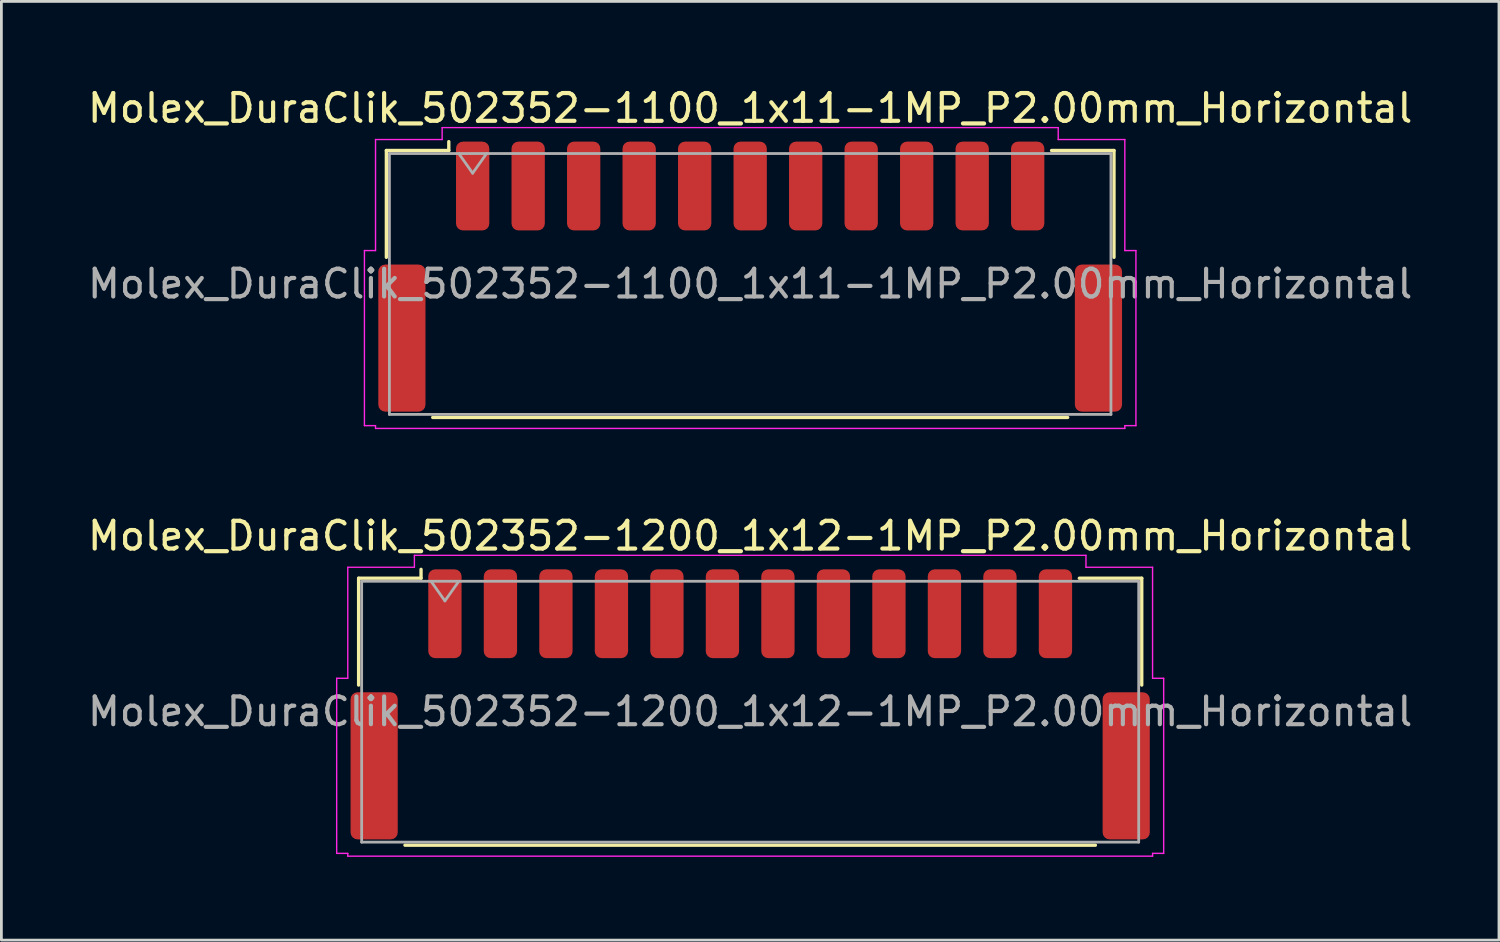
<source format=kicad_pcb>
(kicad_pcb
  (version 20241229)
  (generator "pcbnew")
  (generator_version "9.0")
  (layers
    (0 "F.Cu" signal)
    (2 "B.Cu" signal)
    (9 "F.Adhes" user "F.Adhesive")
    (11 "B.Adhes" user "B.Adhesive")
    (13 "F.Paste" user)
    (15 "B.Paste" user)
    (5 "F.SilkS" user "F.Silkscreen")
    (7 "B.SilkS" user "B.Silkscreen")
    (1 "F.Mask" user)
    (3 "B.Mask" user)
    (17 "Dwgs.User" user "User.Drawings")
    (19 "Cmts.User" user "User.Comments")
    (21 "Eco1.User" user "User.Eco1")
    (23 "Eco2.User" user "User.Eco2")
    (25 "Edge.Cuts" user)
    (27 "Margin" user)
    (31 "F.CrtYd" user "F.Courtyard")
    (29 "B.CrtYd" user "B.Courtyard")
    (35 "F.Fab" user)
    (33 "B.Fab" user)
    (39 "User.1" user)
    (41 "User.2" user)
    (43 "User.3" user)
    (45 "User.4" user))
  (footprint "Molex_DuraClik_502352-1100_1x11-1MP_P2.00mm_Horizontal"
    (layer "F.Cu")
    (at 23.982 6.918)
    (property "Reference" "Molex_DuraClik_502352-1100_1x11-1MP_P2.00mm_Horizontal" (at 0 -6.07 0) (layer "F.SilkS") (effects (font (size 1 1) (thickness 0.15))))
    (attr smd)
    (fp_line (start -13.11 -4.545) (end -10.86 -4.545) (stroke (width 0.12) (type solid)) (layer "F.SilkS"))
    (fp_line (start -13.11 -0.695) (end -13.11 -4.545) (stroke (width 0.12) (type solid)) (layer "F.SilkS"))
    (fp_line (start -11.44 5.075) (end 11.44 5.075) (stroke (width 0.12) (type solid)) (layer "F.SilkS"))
    (fp_line (start -10.86 -4.545) (end -10.86 -4.865) (stroke (width 0.12) (type solid)) (layer "F.SilkS"))
    (fp_line (start 13.11 -4.545) (end 10.86 -4.545) (stroke (width 0.12) (type solid)) (layer "F.SilkS"))
    (fp_line (start 13.11 -0.695) (end 13.11 -4.545) (stroke (width 0.12) (type solid)) (layer "F.SilkS"))
    (fp_line (start -13.9 -0.94) (end -13.5 -0.94) (stroke (width 0.05) (type solid)) (layer "F.CrtYd"))
    (fp_line (start -13.9 5.37) (end -13.9 -0.94) (stroke (width 0.05) (type solid)) (layer "F.CrtYd"))
    (fp_line (start -13.5 -4.94) (end -11.1 -4.94) (stroke (width 0.05) (type solid)) (layer "F.CrtYd"))
    (fp_line (start -13.5 -0.94) (end -13.5 -4.94) (stroke (width 0.05) (type solid)) (layer "F.CrtYd"))
    (fp_line (start -13.5 5.37) (end -13.9 5.37) (stroke (width 0.05) (type solid)) (layer "F.CrtYd"))
    (fp_line (start -13.5 5.47) (end -13.5 5.37) (stroke (width 0.05) (type solid)) (layer "F.CrtYd"))
    (fp_line (start -11.1 -5.37) (end 11.1 -5.37) (stroke (width 0.05) (type solid)) (layer "F.CrtYd"))
    (fp_line (start -11.1 -4.94) (end -11.1 -5.37) (stroke (width 0.05) (type solid)) (layer "F.CrtYd"))
    (fp_line (start 11.1 -5.37) (end 11.1 -4.94) (stroke (width 0.05) (type solid)) (layer "F.CrtYd"))
    (fp_line (start 11.1 -4.94) (end 13.5 -4.94) (stroke (width 0.05) (type solid)) (layer "F.CrtYd"))
    (fp_line (start 13.5 -4.94) (end 13.5 -0.94) (stroke (width 0.05) (type solid)) (layer "F.CrtYd"))
    (fp_line (start 13.5 -0.94) (end 13.9 -0.94) (stroke (width 0.05) (type solid)) (layer "F.CrtYd"))
    (fp_line (start 13.5 5.37) (end 13.5 5.47) (stroke (width 0.05) (type solid)) (layer "F.CrtYd"))
    (fp_line (start 13.5 5.47) (end -13.5 5.47) (stroke (width 0.05) (type solid)) (layer "F.CrtYd"))
    (fp_line (start 13.9 -0.94) (end 13.9 5.37) (stroke (width 0.05) (type solid)) (layer "F.CrtYd"))
    (fp_line (start 13.9 5.37) (end 13.5 5.37) (stroke (width 0.05) (type solid)) (layer "F.CrtYd"))
    (fp_line (start -13 -4.435) (end -13 4.965) (stroke (width 0.1) (type solid)) (layer "F.Fab"))
    (fp_line (start -13 -4.435) (end 13 -4.435) (stroke (width 0.1) (type solid)) (layer "F.Fab"))
    (fp_line (start -13 4.965) (end 13 4.965) (stroke (width 0.1) (type solid)) (layer "F.Fab"))
    (fp_line (start -10.5 -4.435) (end -10 -3.728) (stroke (width 0.1) (type solid)) (layer "F.Fab"))
    (fp_line (start -10 -3.728) (end -9.5 -4.435) (stroke (width 0.1) (type solid)) (layer "F.Fab"))
    (fp_line (start 13 -4.435) (end 13 4.965) (stroke (width 0.1) (type solid)) (layer "F.Fab"))
    (fp_text user "${REFERENCE}" (at 0 0.26 0) (layer "F.Fab") (effects (font (size 1 1) (thickness 0.15))))
    (pad "1" smd roundrect (at -10 -3.265) (size 1.2 3.2) (layers "F.Cu" "F.Mask" "F.Paste") (roundrect_rratio 0.208))
    (pad "2" smd roundrect (at -8 -3.265) (size 1.2 3.2) (layers "F.Cu" "F.Mask" "F.Paste") (roundrect_rratio 0.208))
    (pad "3" smd roundrect (at -6 -3.265) (size 1.2 3.2) (layers "F.Cu" "F.Mask" "F.Paste") (roundrect_rratio 0.208))
    (pad "4" smd roundrect (at -4 -3.265) (size 1.2 3.2) (layers "F.Cu" "F.Mask" "F.Paste") (roundrect_rratio 0.208))
    (pad "5" smd roundrect (at -2 -3.265) (size 1.2 3.2) (layers "F.Cu" "F.Mask" "F.Paste") (roundrect_rratio 0.208))
    (pad "6" smd roundrect (at 0 -3.265) (size 1.2 3.2) (layers "F.Cu" "F.Mask" "F.Paste") (roundrect_rratio 0.208))
    (pad "7" smd roundrect (at 2 -3.265) (size 1.2 3.2) (layers "F.Cu" "F.Mask" "F.Paste") (roundrect_rratio 0.208))
    (pad "8" smd roundrect (at 4 -3.265) (size 1.2 3.2) (layers "F.Cu" "F.Mask" "F.Paste") (roundrect_rratio 0.208))
    (pad "9" smd roundrect (at 6 -3.265) (size 1.2 3.2) (layers "F.Cu" "F.Mask" "F.Paste") (roundrect_rratio 0.208))
    (pad "10" smd roundrect (at 8 -3.265) (size 1.2 3.2) (layers "F.Cu" "F.Mask" "F.Paste") (roundrect_rratio 0.208))
    (pad "11" smd roundrect (at 10 -3.265) (size 1.2 3.2) (layers "F.Cu" "F.Mask" "F.Paste") (roundrect_rratio 0.208))
    (pad "MP" smd roundrect (at -12.55 2.215) (size 1.7 5.3) (layers "F.Cu" "F.Mask" "F.Paste") (roundrect_rratio 0.147))
    (pad "MP" smd roundrect (at 12.55 2.215) (size 1.7 5.3) (layers "F.Cu" "F.Mask" "F.Paste") (roundrect_rratio 0.147)))
  (footprint "Molex_DuraClik_502352-1200_1x12-1MP_P2.00mm_Horizontal"
    (layer "F.Cu")
    (at 23.982 22.331)
    (property "Reference" "Molex_DuraClik_502352-1200_1x12-1MP_P2.00mm_Horizontal" (at 0 -6.07 0) (layer "F.SilkS") (effects (font (size 1 1) (thickness 0.15))))
    (attr smd)
    (fp_line (start -14.11 -4.545) (end -11.86 -4.545) (stroke (width 0.12) (type solid)) (layer "F.SilkS"))
    (fp_line (start -14.11 -0.695) (end -14.11 -4.545) (stroke (width 0.12) (type solid)) (layer "F.SilkS"))
    (fp_line (start -12.44 5.075) (end 12.44 5.075) (stroke (width 0.12) (type solid)) (layer "F.SilkS"))
    (fp_line (start -11.86 -4.545) (end -11.86 -4.865) (stroke (width 0.12) (type solid)) (layer "F.SilkS"))
    (fp_line (start 14.11 -4.545) (end 11.86 -4.545) (stroke (width 0.12) (type solid)) (layer "F.SilkS"))
    (fp_line (start 14.11 -0.695) (end 14.11 -4.545) (stroke (width 0.12) (type solid)) (layer "F.SilkS"))
    (fp_line (start -14.9 -0.94) (end -14.5 -0.94) (stroke (width 0.05) (type solid)) (layer "F.CrtYd"))
    (fp_line (start -14.9 5.37) (end -14.9 -0.94) (stroke (width 0.05) (type solid)) (layer "F.CrtYd"))
    (fp_line (start -14.5 -4.94) (end -12.1 -4.94) (stroke (width 0.05) (type solid)) (layer "F.CrtYd"))
    (fp_line (start -14.5 -0.94) (end -14.5 -4.94) (stroke (width 0.05) (type solid)) (layer "F.CrtYd"))
    (fp_line (start -14.5 5.37) (end -14.9 5.37) (stroke (width 0.05) (type solid)) (layer "F.CrtYd"))
    (fp_line (start -14.5 5.47) (end -14.5 5.37) (stroke (width 0.05) (type solid)) (layer "F.CrtYd"))
    (fp_line (start -12.1 -5.37) (end 12.1 -5.37) (stroke (width 0.05) (type solid)) (layer "F.CrtYd"))
    (fp_line (start -12.1 -4.94) (end -12.1 -5.37) (stroke (width 0.05) (type solid)) (layer "F.CrtYd"))
    (fp_line (start 12.1 -5.37) (end 12.1 -4.94) (stroke (width 0.05) (type solid)) (layer "F.CrtYd"))
    (fp_line (start 12.1 -4.94) (end 14.5 -4.94) (stroke (width 0.05) (type solid)) (layer "F.CrtYd"))
    (fp_line (start 14.5 -4.94) (end 14.5 -0.94) (stroke (width 0.05) (type solid)) (layer "F.CrtYd"))
    (fp_line (start 14.5 -0.94) (end 14.9 -0.94) (stroke (width 0.05) (type solid)) (layer "F.CrtYd"))
    (fp_line (start 14.5 5.37) (end 14.5 5.47) (stroke (width 0.05) (type solid)) (layer "F.CrtYd"))
    (fp_line (start 14.5 5.47) (end -14.5 5.47) (stroke (width 0.05) (type solid)) (layer "F.CrtYd"))
    (fp_line (start 14.9 -0.94) (end 14.9 5.37) (stroke (width 0.05) (type solid)) (layer "F.CrtYd"))
    (fp_line (start 14.9 5.37) (end 14.5 5.37) (stroke (width 0.05) (type solid)) (layer "F.CrtYd"))
    (fp_line (start -14 -4.435) (end -14 4.965) (stroke (width 0.1) (type solid)) (layer "F.Fab"))
    (fp_line (start -14 -4.435) (end 14 -4.435) (stroke (width 0.1) (type solid)) (layer "F.Fab"))
    (fp_line (start -14 4.965) (end 14 4.965) (stroke (width 0.1) (type solid)) (layer "F.Fab"))
    (fp_line (start -11.5 -4.435) (end -11 -3.728) (stroke (width 0.1) (type solid)) (layer "F.Fab"))
    (fp_line (start -11 -3.728) (end -10.5 -4.435) (stroke (width 0.1) (type solid)) (layer "F.Fab"))
    (fp_line (start 14 -4.435) (end 14 4.965) (stroke (width 0.1) (type solid)) (layer "F.Fab"))
    (fp_text user "${REFERENCE}" (at 0 0.26 0) (layer "F.Fab") (effects (font (size 1 1) (thickness 0.15))))
    (pad "1" smd roundrect (at -11 -3.265) (size 1.2 3.2) (layers "F.Cu" "F.Mask" "F.Paste") (roundrect_rratio 0.208))
    (pad "2" smd roundrect (at -9 -3.265) (size 1.2 3.2) (layers "F.Cu" "F.Mask" "F.Paste") (roundrect_rratio 0.208))
    (pad "3" smd roundrect (at -7 -3.265) (size 1.2 3.2) (layers "F.Cu" "F.Mask" "F.Paste") (roundrect_rratio 0.208))
    (pad "4" smd roundrect (at -5 -3.265) (size 1.2 3.2) (layers "F.Cu" "F.Mask" "F.Paste") (roundrect_rratio 0.208))
    (pad "5" smd roundrect (at -3 -3.265) (size 1.2 3.2) (layers "F.Cu" "F.Mask" "F.Paste") (roundrect_rratio 0.208))
    (pad "6" smd roundrect (at -1 -3.265) (size 1.2 3.2) (layers "F.Cu" "F.Mask" "F.Paste") (roundrect_rratio 0.208))
    (pad "7" smd roundrect (at 1 -3.265) (size 1.2 3.2) (layers "F.Cu" "F.Mask" "F.Paste") (roundrect_rratio 0.208))
    (pad "8" smd roundrect (at 3 -3.265) (size 1.2 3.2) (layers "F.Cu" "F.Mask" "F.Paste") (roundrect_rratio 0.208))
    (pad "9" smd roundrect (at 5 -3.265) (size 1.2 3.2) (layers "F.Cu" "F.Mask" "F.Paste") (roundrect_rratio 0.208))
    (pad "10" smd roundrect (at 7 -3.265) (size 1.2 3.2) (layers "F.Cu" "F.Mask" "F.Paste") (roundrect_rratio 0.208))
    (pad "11" smd roundrect (at 9 -3.265) (size 1.2 3.2) (layers "F.Cu" "F.Mask" "F.Paste") (roundrect_rratio 0.208))
    (pad "12" smd roundrect (at 11 -3.265) (size 1.2 3.2) (layers "F.Cu" "F.Mask" "F.Paste") (roundrect_rratio 0.208))
    (pad "MP" smd roundrect (at -13.55 2.215) (size 1.7 5.3) (layers "F.Cu" "F.Mask" "F.Paste") (roundrect_rratio 0.147))
    (pad "MP" smd roundrect (at 13.55 2.215) (size 1.7 5.3) (layers "F.Cu" "F.Mask" "F.Paste") (roundrect_rratio 0.147)))
  (gr_rect
    (start -3 -3)
    (end 50.964 30.826)
    (stroke (width 0.1) (type default))
    (fill no)
    (layer "Edge.Cuts")))
</source>
